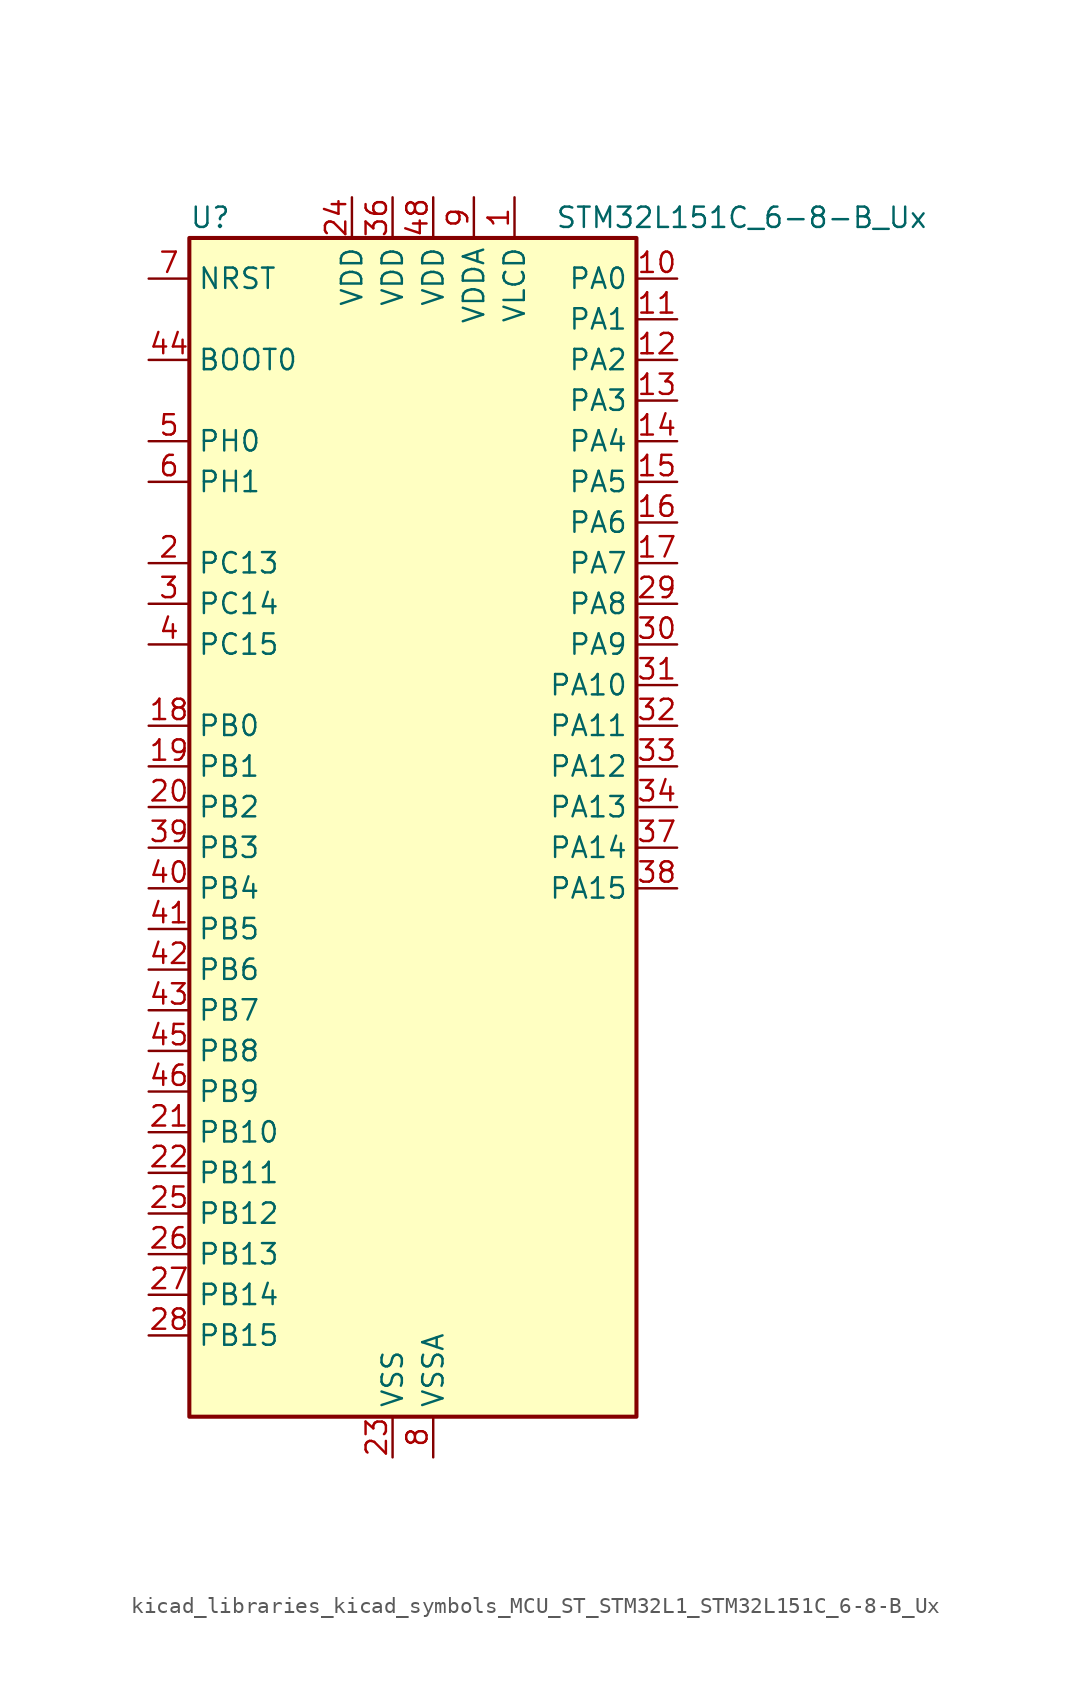
<source format=kicad_sym>
(kicad_symbol_lib
  (version 20220914)
  (generator kicad_symbol_editor)
  (symbol "kicad_libraries_kicad_symbols_MCU_ST_STM32L1_STM32L151C_6-8-B_Ux"
    (property "Reference" "U"
      (at -12.7 39.37 0)
      (effects (font (size 1.27 1.27)) (justify left)))
    (property "Value" "STM32L151C_6-8-B_Ux"
      (at 10.16 39.37 0)
      (effects (font (size 1.27 1.27)) (justify left)))
    (property "ki_locked" ""
      (at 0 0 0)
      (effects (font (size 1.27 1.27))))
    (symbol "kicad_libraries_kicad_symbols_MCU_ST_STM32L1_STM32L151C_6-8-B_Ux_0_1"
      (rectangle (start -12.7 -35.56) (end 15.24 38.1) (stroke (width 0.254) (type default)) (fill (type background))))
    (symbol "kicad_libraries_kicad_symbols_MCU_ST_STM32L1_STM32L151C_6-8-B_Ux_1_1"
      (pin power_in line (at 7.62 40.64 270) (length 2.54) (name "VLCD" (effects (font (size 1.27 1.27)))) (number "1" (effects (font (size 1.27 1.27)))))
      (pin bidirectional line (at 17.78 35.56 180) (length 2.54) (name "PA0" (effects (font (size 1.27 1.27)))) (number "10" (effects (font (size 1.27 1.27)))) (alternate "ADC_IN0" bidirectional line) (alternate "COMP1_INP" bidirectional line) (alternate "SYS_WKUP1" bidirectional line) (alternate "TIM2_CH1" bidirectional line) (alternate "TIM2_ETR" bidirectional line) (alternate "TIMX_IC1" bidirectional line) (alternate "TS_G1_IO1" bidirectional line) (alternate "USART2_CTS" bidirectional line))
      (pin bidirectional line (at 17.78 33.02 180) (length 2.54) (name "PA1" (effects (font (size 1.27 1.27)))) (number "11" (effects (font (size 1.27 1.27)))) (alternate "ADC_IN1" bidirectional line) (alternate "COMP1_INP" bidirectional line) (alternate "TIM2_CH2" bidirectional line) (alternate "TIMX_IC2" bidirectional line) (alternate "TS_G1_IO2" bidirectional line) (alternate "USART2_RTS" bidirectional line))
      (pin bidirectional line (at 17.78 30.48 180) (length 2.54) (name "PA2" (effects (font (size 1.27 1.27)))) (number "12" (effects (font (size 1.27 1.27)))) (alternate "ADC_IN2" bidirectional line) (alternate "COMP1_INP" bidirectional line) (alternate "TIM2_CH3" bidirectional line) (alternate "TIM9_CH1" bidirectional line) (alternate "TIMX_IC3" bidirectional line) (alternate "TS_G1_IO3" bidirectional line) (alternate "USART2_TX" bidirectional line))
      (pin bidirectional line (at 17.78 27.94 180) (length 2.54) (name "PA3" (effects (font (size 1.27 1.27)))) (number "13" (effects (font (size 1.27 1.27)))) (alternate "ADC_IN3" bidirectional line) (alternate "COMP1_INP" bidirectional line) (alternate "TIM2_CH4" bidirectional line) (alternate "TIM9_CH2" bidirectional line) (alternate "TIMX_IC4" bidirectional line) (alternate "TS_G1_IO4" bidirectional line) (alternate "USART2_RX" bidirectional line))
      (pin bidirectional line (at 17.78 25.4 180) (length 2.54) (name "PA4" (effects (font (size 1.27 1.27)))) (number "14" (effects (font (size 1.27 1.27)))) (alternate "ADC_IN4" bidirectional line) (alternate "COMP1_INP" bidirectional line) (alternate "DAC_OUT1" bidirectional line) (alternate "SPI1_NSS" bidirectional line) (alternate "TIMX_IC1" bidirectional line) (alternate "USART2_CK" bidirectional line))
      (pin bidirectional line (at 17.78 22.86 180) (length 2.54) (name "PA5" (effects (font (size 1.27 1.27)))) (number "15" (effects (font (size 1.27 1.27)))) (alternate "ADC_IN5" bidirectional line) (alternate "COMP1_INP" bidirectional line) (alternate "DAC_OUT2" bidirectional line) (alternate "SPI1_SCK" bidirectional line) (alternate "TIM2_CH1" bidirectional line) (alternate "TIM2_ETR" bidirectional line) (alternate "TIMX_IC2" bidirectional line))
      (pin bidirectional line (at 17.78 20.32 180) (length 2.54) (name "PA6" (effects (font (size 1.27 1.27)))) (number "16" (effects (font (size 1.27 1.27)))) (alternate "ADC_IN6" bidirectional line) (alternate "COMP1_INP" bidirectional line) (alternate "SPI1_MISO" bidirectional line) (alternate "TIM10_CH1" bidirectional line) (alternate "TIM3_CH1" bidirectional line) (alternate "TIMX_IC3" bidirectional line) (alternate "TS_G2_IO1" bidirectional line))
      (pin bidirectional line (at 17.78 17.78 180) (length 2.54) (name "PA7" (effects (font (size 1.27 1.27)))) (number "17" (effects (font (size 1.27 1.27)))) (alternate "ADC_IN7" bidirectional line) (alternate "COMP1_INP" bidirectional line) (alternate "SPI1_MOSI" bidirectional line) (alternate "TIM11_CH1" bidirectional line) (alternate "TIM3_CH2" bidirectional line) (alternate "TIMX_IC4" bidirectional line) (alternate "TS_G2_IO2" bidirectional line))
      (pin bidirectional line (at -15.24 7.62 0) (length 2.54) (name "PB0" (effects (font (size 1.27 1.27)))) (number "18" (effects (font (size 1.27 1.27)))) (alternate "ADC_IN8" bidirectional line) (alternate "COMP1_INP" bidirectional line) (alternate "SYS_V_REF_OUT" bidirectional line) (alternate "TIM3_CH3" bidirectional line) (alternate "TS_G3_IO1" bidirectional line))
      (pin bidirectional line (at -15.24 5.08 0) (length 2.54) (name "PB1" (effects (font (size 1.27 1.27)))) (number "19" (effects (font (size 1.27 1.27)))) (alternate "ADC_IN9" bidirectional line) (alternate "COMP1_INP" bidirectional line) (alternate "SYS_V_REF_OUT" bidirectional line) (alternate "TIM3_CH4" bidirectional line) (alternate "TS_G3_IO2" bidirectional line))
      (pin bidirectional line (at -15.24 17.78 0) (length 2.54) (name "PC13" (effects (font (size 1.27 1.27)))) (number "2" (effects (font (size 1.27 1.27)))) (alternate "RTC_OUT_ALARM" bidirectional line) (alternate "RTC_OUT_CALIB" bidirectional line) (alternate "RTC_TAMP1" bidirectional line) (alternate "RTC_TS" bidirectional line) (alternate "SYS_WKUP2" bidirectional line) (alternate "TIMX_IC2" bidirectional line))
      (pin bidirectional line (at -15.24 2.54 0) (length 2.54) (name "PB2" (effects (font (size 1.27 1.27)))) (number "20" (effects (font (size 1.27 1.27)))))
      (pin bidirectional line (at -15.24 -17.78 0) (length 2.54) (name "PB10" (effects (font (size 1.27 1.27)))) (number "21" (effects (font (size 1.27 1.27)))) (alternate "I2C2_SCL" bidirectional line) (alternate "TIM2_CH3" bidirectional line) (alternate "USART3_TX" bidirectional line))
      (pin bidirectional line (at -15.24 -20.32 0) (length 2.54) (name "PB11" (effects (font (size 1.27 1.27)))) (number "22" (effects (font (size 1.27 1.27)))) (alternate "ADC_EXTI11" bidirectional line) (alternate "I2C2_SDA" bidirectional line) (alternate "TIM2_CH4" bidirectional line) (alternate "USART3_RX" bidirectional line))
      (pin power_in line (at 0 -38.1 90) (length 2.54) (name "VSS" (effects (font (size 1.27 1.27)))) (number "23" (effects (font (size 1.27 1.27)))))
      (pin power_in line (at -2.54 40.64 270) (length 2.54) (name "VDD" (effects (font (size 1.27 1.27)))) (number "24" (effects (font (size 1.27 1.27)))))
      (pin bidirectional line (at -15.24 -22.86 0) (length 2.54) (name "PB12" (effects (font (size 1.27 1.27)))) (number "25" (effects (font (size 1.27 1.27)))) (alternate "ADC_IN18" bidirectional line) (alternate "COMP1_INP" bidirectional line) (alternate "I2C2_SMBA" bidirectional line) (alternate "SPI2_NSS" bidirectional line) (alternate "TIM10_CH1" bidirectional line) (alternate "TS_G7_IO1" bidirectional line) (alternate "USART3_CK" bidirectional line))
      (pin bidirectional line (at -15.24 -25.4 0) (length 2.54) (name "PB13" (effects (font (size 1.27 1.27)))) (number "26" (effects (font (size 1.27 1.27)))) (alternate "ADC_IN19" bidirectional line) (alternate "COMP1_INP" bidirectional line) (alternate "SPI2_SCK" bidirectional line) (alternate "TIM9_CH1" bidirectional line) (alternate "TS_G7_IO2" bidirectional line) (alternate "USART3_CTS" bidirectional line))
      (pin bidirectional line (at -15.24 -27.94 0) (length 2.54) (name "PB14" (effects (font (size 1.27 1.27)))) (number "27" (effects (font (size 1.27 1.27)))) (alternate "ADC_IN20" bidirectional line) (alternate "COMP1_INP" bidirectional line) (alternate "SPI2_MISO" bidirectional line) (alternate "TIM9_CH2" bidirectional line) (alternate "TS_G7_IO3" bidirectional line) (alternate "USART3_RTS" bidirectional line))
      (pin bidirectional line (at -15.24 -30.48 0) (length 2.54) (name "PB15" (effects (font (size 1.27 1.27)))) (number "28" (effects (font (size 1.27 1.27)))) (alternate "ADC_EXTI15" bidirectional line) (alternate "ADC_IN21" bidirectional line) (alternate "COMP1_INP" bidirectional line) (alternate "RTC_REFIN" bidirectional line) (alternate "SPI2_MOSI" bidirectional line) (alternate "TIM11_CH1" bidirectional line) (alternate "TS_G7_IO4" bidirectional line))
      (pin bidirectional line (at 17.78 15.24 180) (length 2.54) (name "PA8" (effects (font (size 1.27 1.27)))) (number "29" (effects (font (size 1.27 1.27)))) (alternate "RCC_MCO" bidirectional line) (alternate "TIMX_IC1" bidirectional line) (alternate "TS_G4_IO1" bidirectional line) (alternate "USART1_CK" bidirectional line))
      (pin bidirectional line (at -15.24 15.24 0) (length 2.54) (name "PC14" (effects (font (size 1.27 1.27)))) (number "3" (effects (font (size 1.27 1.27)))) (alternate "RCC_OSC32_IN" bidirectional line) (alternate "TIMX_IC3" bidirectional line))
      (pin bidirectional line (at 17.78 12.7 180) (length 2.54) (name "PA9" (effects (font (size 1.27 1.27)))) (number "30" (effects (font (size 1.27 1.27)))) (alternate "DAC_EXTI9" bidirectional line) (alternate "TIMX_IC2" bidirectional line) (alternate "TS_G4_IO2" bidirectional line) (alternate "USART1_TX" bidirectional line))
      (pin bidirectional line (at 17.78 10.16 180) (length 2.54) (name "PA10" (effects (font (size 1.27 1.27)))) (number "31" (effects (font (size 1.27 1.27)))) (alternate "TIMX_IC3" bidirectional line) (alternate "TS_G4_IO3" bidirectional line) (alternate "USART1_RX" bidirectional line))
      (pin bidirectional line (at 17.78 7.62 180) (length 2.54) (name "PA11" (effects (font (size 1.27 1.27)))) (number "32" (effects (font (size 1.27 1.27)))) (alternate "ADC_EXTI11" bidirectional line) (alternate "SPI1_MISO" bidirectional line) (alternate "TIMX_IC4" bidirectional line) (alternate "USART1_CTS" bidirectional line) (alternate "USB_DM" bidirectional line))
      (pin bidirectional line (at 17.78 5.08 180) (length 2.54) (name "PA12" (effects (font (size 1.27 1.27)))) (number "33" (effects (font (size 1.27 1.27)))) (alternate "SPI1_MOSI" bidirectional line) (alternate "TIMX_IC1" bidirectional line) (alternate "USART1_RTS" bidirectional line) (alternate "USB_DP" bidirectional line))
      (pin bidirectional line (at 17.78 2.54 180) (length 2.54) (name "PA13" (effects (font (size 1.27 1.27)))) (number "34" (effects (font (size 1.27 1.27)))) (alternate "SYS_JTMS-SWDIO" bidirectional line) (alternate "TIMX_IC2" bidirectional line) (alternate "TS_G5_IO1" bidirectional line))
      (pin passive line (at 0 -38.1 90) (length 2.54) hide (name "VSS" (effects (font (size 1.27 1.27)))) (number "35" (effects (font (size 1.27 1.27)))))
      (pin power_in line (at 0 40.64 270) (length 2.54) (name "VDD" (effects (font (size 1.27 1.27)))) (number "36" (effects (font (size 1.27 1.27)))))
      (pin bidirectional line (at 17.78 0 180) (length 2.54) (name "PA14" (effects (font (size 1.27 1.27)))) (number "37" (effects (font (size 1.27 1.27)))) (alternate "SYS_JTCK-SWCLK" bidirectional line) (alternate "TIMX_IC3" bidirectional line) (alternate "TS_G5_IO2" bidirectional line))
      (pin bidirectional line (at 17.78 -2.54 180) (length 2.54) (name "PA15" (effects (font (size 1.27 1.27)))) (number "38" (effects (font (size 1.27 1.27)))) (alternate "ADC_EXTI15" bidirectional line) (alternate "SPI1_NSS" bidirectional line) (alternate "SYS_JTDI" bidirectional line) (alternate "TIM2_CH1" bidirectional line) (alternate "TIM2_ETR" bidirectional line) (alternate "TIMX_IC4" bidirectional line) (alternate "TS_G5_IO3" bidirectional line))
      (pin bidirectional line (at -15.24 0 0) (length 2.54) (name "PB3" (effects (font (size 1.27 1.27)))) (number "39" (effects (font (size 1.27 1.27)))) (alternate "COMP2_INM" bidirectional line) (alternate "SPI1_SCK" bidirectional line) (alternate "SYS_JTDO-TRACESWO" bidirectional line) (alternate "TIM2_CH2" bidirectional line))
      (pin bidirectional line (at -15.24 12.7 0) (length 2.54) (name "PC15" (effects (font (size 1.27 1.27)))) (number "4" (effects (font (size 1.27 1.27)))) (alternate "ADC_EXTI15" bidirectional line) (alternate "RCC_OSC32_OUT" bidirectional line) (alternate "TIMX_IC4" bidirectional line))
      (pin bidirectional line (at -15.24 -2.54 0) (length 2.54) (name "PB4" (effects (font (size 1.27 1.27)))) (number "40" (effects (font (size 1.27 1.27)))) (alternate "COMP2_INP" bidirectional line) (alternate "SPI1_MISO" bidirectional line) (alternate "SYS_JTRST" bidirectional line) (alternate "TIM3_CH1" bidirectional line) (alternate "TS_G6_IO1" bidirectional line))
      (pin bidirectional line (at -15.24 -5.08 0) (length 2.54) (name "PB5" (effects (font (size 1.27 1.27)))) (number "41" (effects (font (size 1.27 1.27)))) (alternate "COMP2_INP" bidirectional line) (alternate "I2C1_SMBA" bidirectional line) (alternate "SPI1_MOSI" bidirectional line) (alternate "TIM3_CH2" bidirectional line) (alternate "TS_G6_IO2" bidirectional line))
      (pin bidirectional line (at -15.24 -7.62 0) (length 2.54) (name "PB6" (effects (font (size 1.27 1.27)))) (number "42" (effects (font (size 1.27 1.27)))) (alternate "I2C1_SCL" bidirectional line) (alternate "TIM4_CH1" bidirectional line) (alternate "USART1_TX" bidirectional line))
      (pin bidirectional line (at -15.24 -10.16 0) (length 2.54) (name "PB7" (effects (font (size 1.27 1.27)))) (number "43" (effects (font (size 1.27 1.27)))) (alternate "I2C1_SDA" bidirectional line) (alternate "SYS_PVD_IN" bidirectional line) (alternate "TIM4_CH2" bidirectional line) (alternate "USART1_RX" bidirectional line))
      (pin input line (at -15.24 30.48 0) (length 2.54) (name "BOOT0" (effects (font (size 1.27 1.27)))) (number "44" (effects (font (size 1.27 1.27)))))
      (pin bidirectional line (at -15.24 -12.7 0) (length 2.54) (name "PB8" (effects (font (size 1.27 1.27)))) (number "45" (effects (font (size 1.27 1.27)))) (alternate "I2C1_SCL" bidirectional line) (alternate "TIM10_CH1" bidirectional line) (alternate "TIM4_CH3" bidirectional line))
      (pin bidirectional line (at -15.24 -15.24 0) (length 2.54) (name "PB9" (effects (font (size 1.27 1.27)))) (number "46" (effects (font (size 1.27 1.27)))) (alternate "DAC_EXTI9" bidirectional line) (alternate "I2C1_SDA" bidirectional line) (alternate "TIM11_CH1" bidirectional line) (alternate "TIM4_CH4" bidirectional line))
      (pin passive line (at 0 -38.1 90) (length 2.54) hide (name "VSS" (effects (font (size 1.27 1.27)))) (number "47" (effects (font (size 1.27 1.27)))))
      (pin power_in line (at 2.54 40.64 270) (length 2.54) (name "VDD" (effects (font (size 1.27 1.27)))) (number "48" (effects (font (size 1.27 1.27)))))
      (pin passive line (at 0 -38.1 90) (length 2.54) hide (name "VSS" (effects (font (size 1.27 1.27)))) (number "49" (effects (font (size 1.27 1.27)))))
      (pin bidirectional line (at -15.24 25.4 0) (length 2.54) (name "PH0" (effects (font (size 1.27 1.27)))) (number "5" (effects (font (size 1.27 1.27)))) (alternate "RCC_OSC_IN" bidirectional line))
      (pin bidirectional line (at -15.24 22.86 0) (length 2.54) (name "PH1" (effects (font (size 1.27 1.27)))) (number "6" (effects (font (size 1.27 1.27)))) (alternate "RCC_OSC_OUT" bidirectional line))
      (pin input line (at -15.24 35.56 0) (length 2.54) (name "NRST" (effects (font (size 1.27 1.27)))) (number "7" (effects (font (size 1.27 1.27)))))
      (pin power_in line (at 2.54 -38.1 90) (length 2.54) (name "VSSA" (effects (font (size 1.27 1.27)))) (number "8" (effects (font (size 1.27 1.27)))))
      (pin power_in line (at 5.08 40.64 270) (length 2.54) (name "VDDA" (effects (font (size 1.27 1.27)))) (number "9" (effects (font (size 1.27 1.27))))))))
</source>
